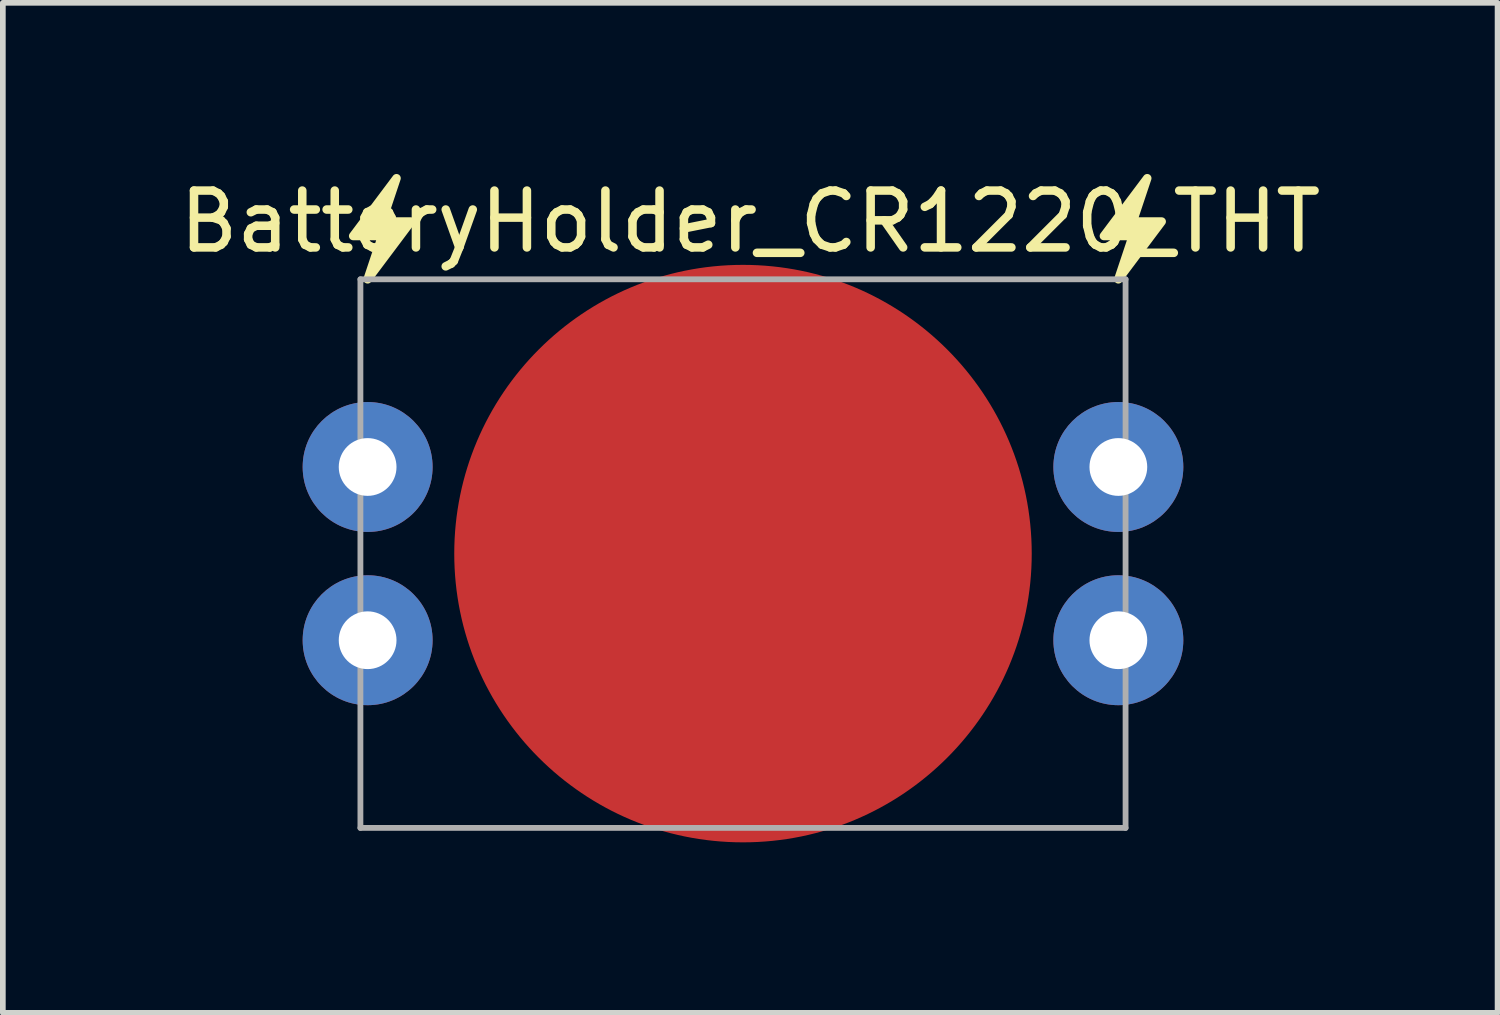
<source format=kicad_pcb>
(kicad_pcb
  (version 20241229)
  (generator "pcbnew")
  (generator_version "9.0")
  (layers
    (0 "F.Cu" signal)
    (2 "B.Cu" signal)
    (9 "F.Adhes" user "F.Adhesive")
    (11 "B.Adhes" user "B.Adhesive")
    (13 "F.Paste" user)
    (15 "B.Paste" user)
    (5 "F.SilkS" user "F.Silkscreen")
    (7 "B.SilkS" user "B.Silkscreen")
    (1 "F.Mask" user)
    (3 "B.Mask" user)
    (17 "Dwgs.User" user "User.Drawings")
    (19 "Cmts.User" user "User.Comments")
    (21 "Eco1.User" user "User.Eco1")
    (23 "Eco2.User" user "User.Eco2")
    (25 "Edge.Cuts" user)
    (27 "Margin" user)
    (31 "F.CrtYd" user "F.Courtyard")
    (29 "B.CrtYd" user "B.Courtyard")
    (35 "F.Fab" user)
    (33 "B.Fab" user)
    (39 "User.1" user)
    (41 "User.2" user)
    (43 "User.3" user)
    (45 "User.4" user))
  (footprint "BatteryHolder_CR1220_THT"
    (layer "F.Cu")
    (at 10.022 6.69)
    (property "Reference" "BatteryHolder_CR1220_THT" (at 0.127 -5.842 0) (layer "F.SilkS") (effects (font (size 1 1) (thickness 0.15))))
    (attr through_hole)
    (fp_poly (pts (xy -6.096 -6.604) (xy -6.858 -5.588) (xy -6.35 -5.588) (xy -6.604 -4.826) (xy -5.842 -5.842) (xy -6.35 -5.842)) (stroke (width 0.15) (type solid)) (fill yes) (layer "F.SilkS"))
    (fp_poly (pts (xy 7.112 -6.604) (xy 6.35 -5.588) (xy 6.858 -5.588) (xy 6.604 -4.826) (xy 7.366 -5.842) (xy 6.858 -5.842)) (stroke (width 0.15) (type solid)) (fill yes) (layer "F.SilkS"))
    (fp_line (start -6.731 -4.826) (end 6.731 -4.826) (stroke (width 0.102) (type solid)) (layer "F.Fab"))
    (fp_line (start -6.731 4.826) (end -6.731 -4.826) (stroke (width 0.102) (type solid)) (layer "F.Fab"))
    (fp_line (start -6.731 4.826) (end 6.731 4.826) (stroke (width 0.102) (type solid)) (layer "F.Fab"))
    (fp_line (start 6.731 4.826) (end 6.731 -4.826) (stroke (width 0.102) (type solid)) (layer "F.Fab"))
    (pad "1" thru_hole circle (at -6.604 -1.524) (size 2.286 2.286) (drill 1.016) (layers "*.Cu" "*.Mask"))
    (pad "1" thru_hole circle (at -6.604 1.524) (size 2.286 2.286) (drill 1.016) (layers "*.Cu" "*.Mask"))
    (pad "1" thru_hole circle (at 6.604 -1.524) (size 2.286 2.286) (drill 1.016) (layers "*.Cu" "*.Mask"))
    (pad "1" thru_hole circle (at 6.604 1.524) (size 2.286 2.286) (drill 1.016) (layers "*.Cu" "*.Mask"))
    (pad "2" smd circle (at 0 0) (size 10.16 10.16) (layers "F.Cu" "F.Mask")))
  (gr_rect
    (start -3 -3)
    (end 23.298 14.77)
    (stroke (width 0.1) (type default))
    (fill no)
    (layer "Edge.Cuts")))
</source>
